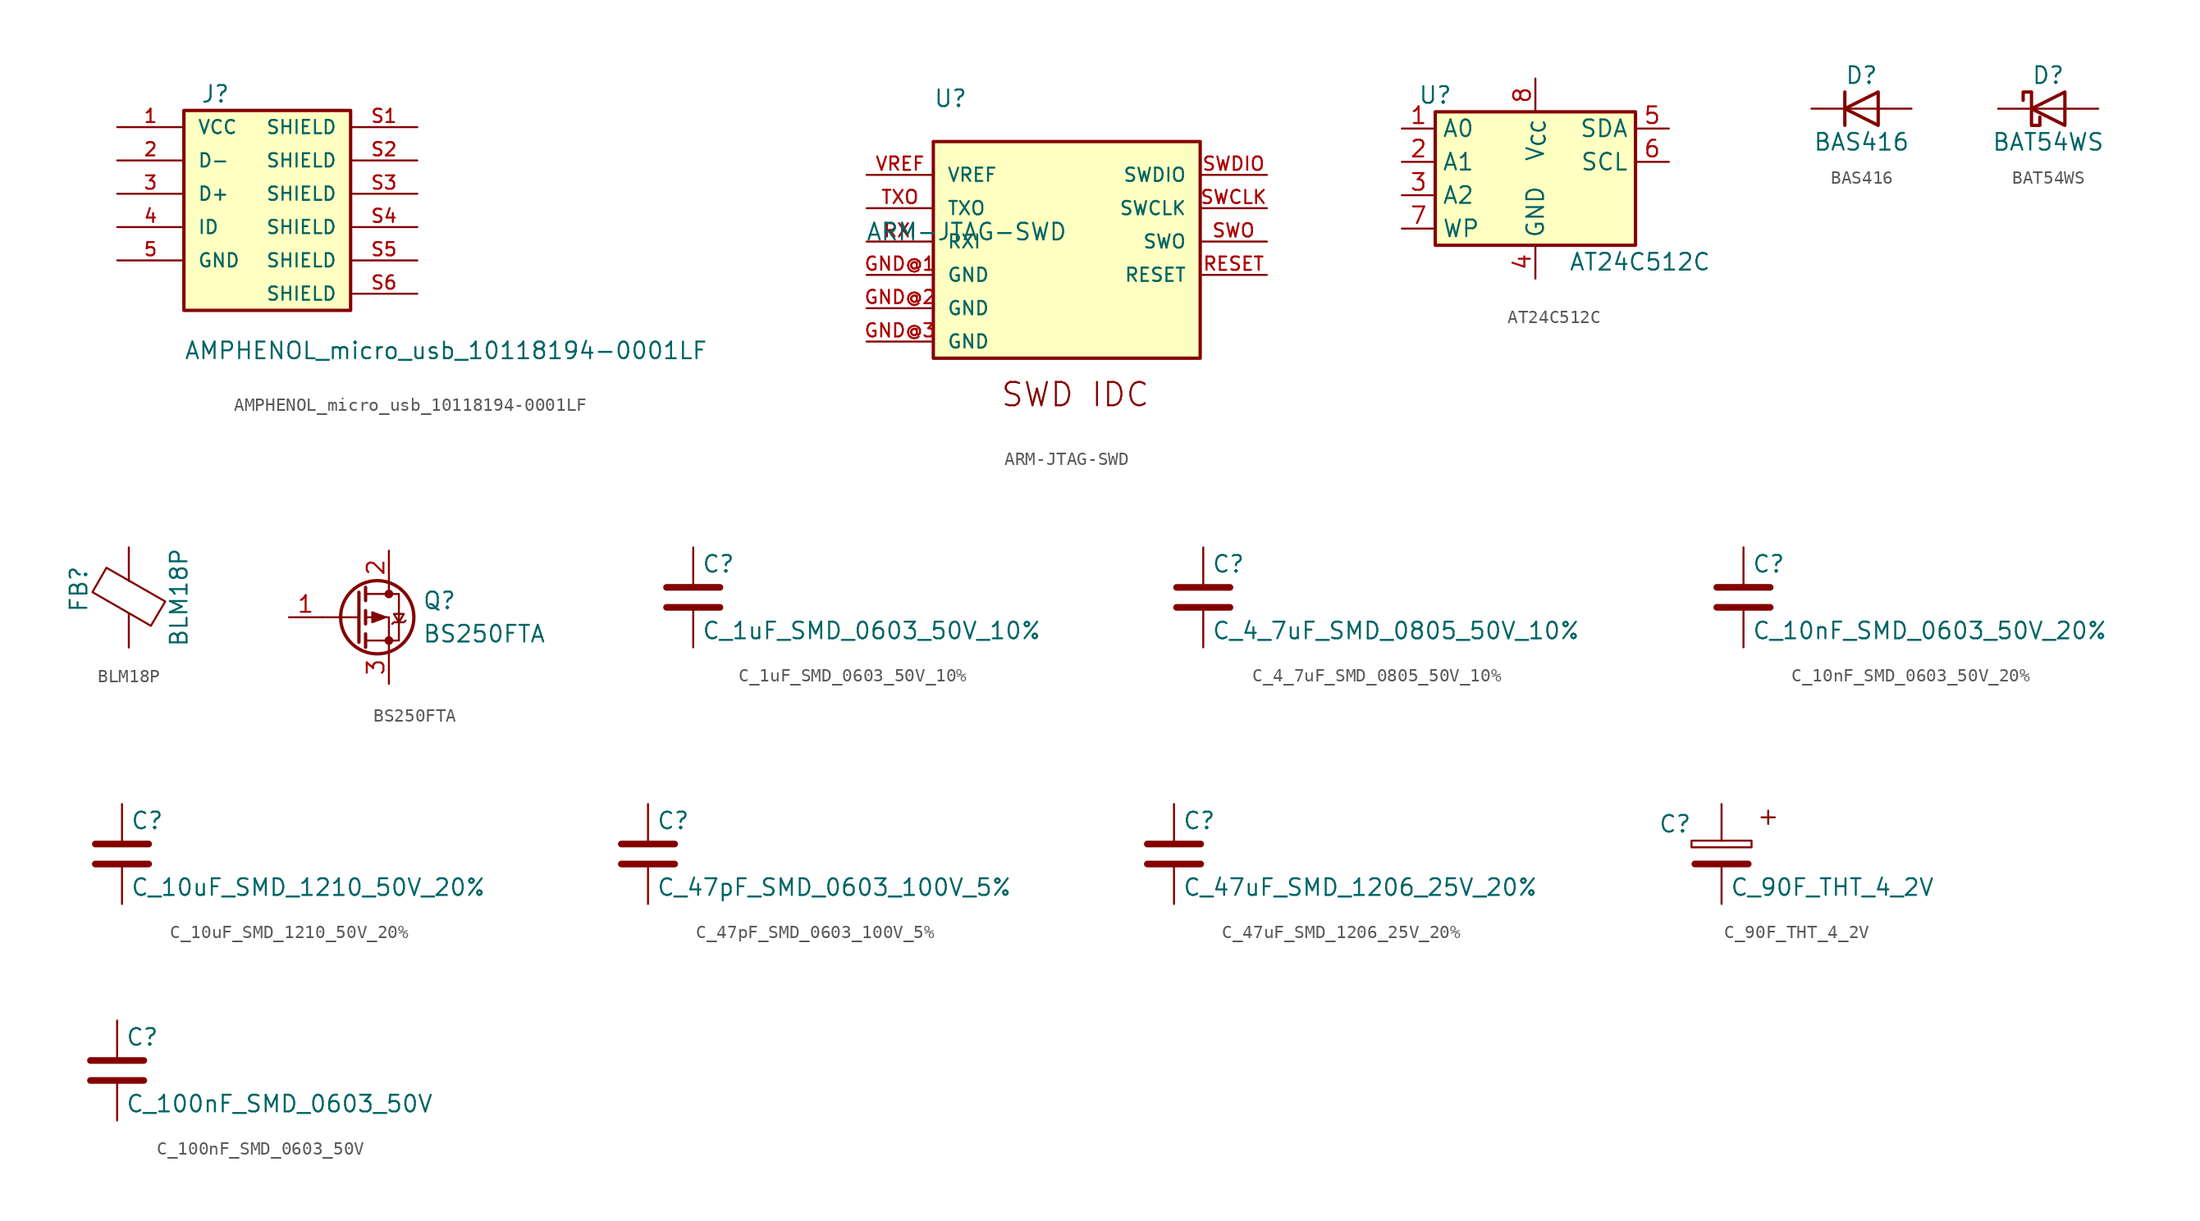
<source format=kicad_sym>
(kicad_symbol_lib
  (version 20220914)
  (generator kicad_symbol_editor)
  (symbol "AMPHENOL_micro_usb_10118194-0001LF"
    (pin_names
      (offset 1.016))
    (property "Reference" "J"
      (at -5.08 10.668 0)
      (effects (font (size 1.27 1.27)) (justify left bottom)))
    (property "Value" "AMPHENOL_micro_usb_10118194-0001LF"
      (at -6.35 -8.89 0)
      (effects (font (size 1.27 1.27)) (justify left bottom)))
    (symbol "AMPHENOL_micro_usb_10118194-0001LF_0_0"
      (rectangle (start -6.35 10.16) (end 6.35 -5.08) (stroke (width 0.254) (type default)) (fill (type background)))
      (pin passive line (at -11.43 8.89 0) (length 5.08) (name "VCC" (effects (font (size 1.016 1.016)))) (number "1" (effects (font (size 1.016 1.016)))))
      (pin passive line (at -11.43 6.35 0) (length 5.08) (name "D-" (effects (font (size 1.016 1.016)))) (number "2" (effects (font (size 1.016 1.016)))))
      (pin passive line (at -11.43 3.81 0) (length 5.08) (name "D+" (effects (font (size 1.016 1.016)))) (number "3" (effects (font (size 1.016 1.016)))))
      (pin passive line (at -11.43 1.27 0) (length 5.08) (name "ID" (effects (font (size 1.016 1.016)))) (number "4" (effects (font (size 1.016 1.016)))))
      (pin passive line (at -11.43 -1.27 0) (length 5.08) (name "GND" (effects (font (size 1.016 1.016)))) (number "5" (effects (font (size 1.016 1.016)))))
      (pin passive line (at 11.43 8.89 180) (length 5.08) (name "SHIELD" (effects (font (size 1.016 1.016)))) (number "S1" (effects (font (size 1.016 1.016)))))
      (pin passive line (at 11.43 6.35 180) (length 5.08) (name "SHIELD" (effects (font (size 1.016 1.016)))) (number "S2" (effects (font (size 1.016 1.016)))))
      (pin passive line (at 11.43 3.81 180) (length 5.08) (name "SHIELD" (effects (font (size 1.016 1.016)))) (number "S3" (effects (font (size 1.016 1.016)))))
      (pin passive line (at 11.43 1.27 180) (length 5.08) (name "SHIELD" (effects (font (size 1.016 1.016)))) (number "S4" (effects (font (size 1.016 1.016)))))
      (pin passive line (at 11.43 -1.27 180) (length 5.08) (name "SHIELD" (effects (font (size 1.016 1.016)))) (number "S5" (effects (font (size 1.016 1.016)))))
      (pin passive line (at 11.43 -3.81 180) (length 5.08) (name "SHIELD" (effects (font (size 1.016 1.016)))) (number "S6" (effects (font (size 1.016 1.016)))))))
  (symbol "ARM-JTAG-SWD"
    (pin_names
      (offset 1.016))
    (property "Reference" "U"
      (at -2.54 10.16 0)
      (effects (font (size 1.27 1.27)) (justify left bottom)))
    (property "Value" "ARM-JTAG-SWD"
      (at 0 0 0)
      (effects (font (size 1.27 1.27)) (justify bottom)))
    (symbol "ARM-JTAG-SWD_0_0"
      (rectangle (start -2.54 7.62) (end 17.78 -8.89) (stroke (width 0.254) (type default)) (fill (type background)))
      (text "SWD IDC" (at 2.54 -12.7 0) (effects (font (size 1.778 1.778)) (justify left bottom)))
      (pin bidirectional line (at 22.86 -2.54 180) (length 5.08) (name "RESET" (effects (font (size 1.016 1.016)))) (number "RESET" (effects (font (size 1.016 1.016)))))
      (pin bidirectional line (at -7.62 0 0) (length 5.08) (name "RXI" (effects (font (size 1.016 1.016)))) (number "RXI" (effects (font (size 1.016 1.016)))))
      (pin bidirectional line (at 22.86 2.54 180) (length 5.08) (name "SWCLK" (effects (font (size 1.016 1.016)))) (number "SWCLK" (effects (font (size 1.016 1.016)))))
      (pin bidirectional line (at 22.86 5.08 180) (length 5.08) (name "SWDIO" (effects (font (size 1.016 1.016)))) (number "SWDIO" (effects (font (size 1.016 1.016)))))
      (pin bidirectional line (at 22.86 0 180) (length 5.08) (name "SWO" (effects (font (size 1.016 1.016)))) (number "SWO" (effects (font (size 1.016 1.016)))))
      (pin bidirectional line (at -7.62 2.54 0) (length 5.08) (name "TXO" (effects (font (size 1.016 1.016)))) (number "TXO" (effects (font (size 1.016 1.016))))))
    (symbol "ARM-JTAG-SWD_1_0"
      (pin power_in line (at -7.62 -2.54 0) (length 5.08) (name "GND" (effects (font (size 1.016 1.016)))) (number "GND@1" (effects (font (size 1.016 1.016)))))
      (pin power_in line (at -7.62 -5.08 0) (length 5.08) (name "GND" (effects (font (size 1.016 1.016)))) (number "GND@2" (effects (font (size 1.016 1.016)))))
      (pin power_in line (at -7.62 -7.62 0) (length 5.08) (name "GND" (effects (font (size 1.016 1.016)))) (number "GND@3" (effects (font (size 1.016 1.016)))))
      (pin power_in line (at -7.62 5.08 0) (length 5.08) (name "VREF" (effects (font (size 1.016 1.016)))) (number "VREF" (effects (font (size 1.016 1.016)))))))
  (symbol "AT24C512C"
    (property "Reference" "U"
      (at -7.62 6.35 0)
      (effects (font (size 1.27 1.27))))
    (property "Value" "AT24C512C"
      (at 2.54 -6.35 0)
      (effects (font (size 1.27 1.27)) (justify left)))
    (symbol "AT24C512C_1_1"
      (rectangle (start -7.62 5.08) (end 7.62 -5.08) (stroke (width 0.254) (type default)) (fill (type background)))
      (pin input line (at -10.16 3.81 0) (length 2.54) (name "A0" (effects (font (size 1.27 1.27)))) (number "1" (effects (font (size 1.27 1.27)))))
      (pin input line (at -10.16 1.27 0) (length 2.54) (name "A1" (effects (font (size 1.27 1.27)))) (number "2" (effects (font (size 1.27 1.27)))))
      (pin input line (at -10.16 -1.27 0) (length 2.54) (name "A2" (effects (font (size 1.27 1.27)))) (number "3" (effects (font (size 1.27 1.27)))))
      (pin power_in line (at 0 -7.62 90) (length 2.54) (name "GND" (effects (font (size 1.27 1.27)))) (number "4" (effects (font (size 1.27 1.27)))))
      (pin bidirectional line (at 10.16 3.81 180) (length 2.54) (name "SDA" (effects (font (size 1.27 1.27)))) (number "5" (effects (font (size 1.27 1.27)))))
      (pin input line (at 10.16 1.27 180) (length 2.54) (name "SCL" (effects (font (size 1.27 1.27)))) (number "6" (effects (font (size 1.27 1.27)))))
      (pin input line (at -10.16 -3.81 0) (length 2.54) (name "WP" (effects (font (size 1.27 1.27)))) (number "7" (effects (font (size 1.27 1.27)))))
      (pin power_in line (at 0 7.62 270) (length 2.54) (name "V_{CC}" (effects (font (size 1.27 1.27)))) (number "8" (effects (font (size 1.27 1.27)))))))
  (symbol "BAS416"
    (pin_numbers hide)
    (pin_names
      (offset 1.016) hide)
    (property "Reference" "D"
      (at 0 2.54 0)
      (effects (font (size 1.27 1.27))))
    (property "Value" "BAS416"
      (at 0 -2.54 0)
      (effects (font (size 1.27 1.27))))
    (symbol "BAS416_0_1"
      (polyline (pts (xy -1.27 1.27) (xy -1.27 -1.27)) (stroke (width 0.254) (type default)) (fill (type none)))
      (polyline (pts (xy 1.27 0) (xy -1.27 0)) (stroke (width 0) (type default)) (fill (type none)))
      (polyline (pts (xy 1.27 1.27) (xy 1.27 -1.27) (xy -1.27 0) (xy 1.27 1.27)) (stroke (width 0.254) (type default)) (fill (type none))))
    (symbol "BAS416_1_1"
      (pin passive line (at -3.81 0 0) (length 2.54) (name "K" (effects (font (size 1.27 1.27)))) (number "1" (effects (font (size 1.27 1.27)))))
      (pin passive line (at 3.81 0 180) (length 2.54) (name "A" (effects (font (size 1.27 1.27)))) (number "2" (effects (font (size 1.27 1.27)))))))
  (symbol "BAT54WS"
    (pin_numbers hide)
    (pin_names
      (offset 1.016) hide)
    (property "Reference" "D"
      (at 0 2.54 0)
      (effects (font (size 1.27 1.27))))
    (property "Value" "BAT54WS"
      (at 0 -2.54 0)
      (effects (font (size 1.27 1.27))))
    (symbol "BAT54WS_0_1"
      (polyline (pts (xy 1.27 0) (xy -1.27 0)) (stroke (width 0) (type default)) (fill (type none)))
      (polyline (pts (xy 1.27 1.27) (xy 1.27 -1.27) (xy -1.27 0) (xy 1.27 1.27)) (stroke (width 0.254) (type default)) (fill (type none)))
      (polyline (pts (xy -1.905 0.635) (xy -1.905 1.27) (xy -1.27 1.27) (xy -1.27 -1.27) (xy -0.635 -1.27) (xy -0.635 -0.635)) (stroke (width 0.254) (type default)) (fill (type none))))
    (symbol "BAT54WS_1_1"
      (pin passive line (at -3.81 0 0) (length 2.54) (name "K" (effects (font (size 1.27 1.27)))) (number "1" (effects (font (size 1.27 1.27)))))
      (pin passive line (at 3.81 0 180) (length 2.54) (name "A" (effects (font (size 1.27 1.27)))) (number "2" (effects (font (size 1.27 1.27)))))))
  (symbol "BLM18P"
    (pin_numbers hide)
    (pin_names
      (offset 0))
    (property "Reference" "FB"
      (at -3.81 0.635 90)
      (effects (font (size 1.27 1.27))))
    (property "Value" "BLM18P"
      (at 3.81 0 90)
      (effects (font (size 1.27 1.27))))
    (symbol "BLM18P_0_1"
      (polyline (pts (xy 0 -1.27) (xy 0 -1.219)) (stroke (width 0) (type default)) (fill (type none)))
      (polyline (pts (xy 0 1.27) (xy 0 1.295)) (stroke (width 0) (type default)) (fill (type none)))
      (polyline (pts (xy -2.769 0.406) (xy -1.702 2.261) (xy 2.769 -0.305) (xy 1.676 -2.159) (xy -2.769 0.406)) (stroke (width 0) (type default)) (fill (type none))))
    (symbol "BLM18P_1_1"
      (pin passive line (at 0 3.81 270) (length 2.54) (name "~" (effects (font (size 1.27 1.27)))) (number "1" (effects (font (size 1.27 1.27)))))
      (pin passive line (at 0 -3.81 90) (length 2.54) (name "~" (effects (font (size 1.27 1.27)))) (number "2" (effects (font (size 1.27 1.27)))))))
  (symbol "BS250FTA"
    (pin_names
      (offset 0) hide)
    (property "Reference" "Q"
      (at 5.08 1.27 0)
      (effects (font (size 1.27 1.27)) (justify left)))
    (property "Value" "BS250FTA"
      (at 5.08 -1.27 0)
      (effects (font (size 1.27 1.27)) (justify left)))
    (symbol "BS250FTA_0_1"
      (polyline (pts (xy 0.254 0) (xy -2.54 0)) (stroke (width 0) (type default)) (fill (type none)))
      (polyline (pts (xy 0.254 1.905) (xy 0.254 -1.905)) (stroke (width 0.254) (type default)) (fill (type none)))
      (polyline (pts (xy 0.762 -1.27) (xy 0.762 -2.286)) (stroke (width 0.254) (type default)) (fill (type none)))
      (polyline (pts (xy 0.762 0.508) (xy 0.762 -0.508)) (stroke (width 0.254) (type default)) (fill (type none)))
      (polyline (pts (xy 0.762 2.286) (xy 0.762 1.27)) (stroke (width 0.254) (type default)) (fill (type none)))
      (polyline (pts (xy 2.54 2.54) (xy 2.54 1.778)) (stroke (width 0) (type default)) (fill (type none)))
      (polyline (pts (xy 2.54 -2.54) (xy 2.54 0) (xy 0.762 0)) (stroke (width 0) (type default)) (fill (type none)))
      (polyline (pts (xy 0.762 1.778) (xy 3.302 1.778) (xy 3.302 -1.778) (xy 0.762 -1.778)) (stroke (width 0) (type default)) (fill (type none)))
      (polyline (pts (xy 2.286 0) (xy 1.27 0.381) (xy 1.27 -0.381) (xy 2.286 0)) (stroke (width 0) (type default)) (fill (type outline)))
      (polyline (pts (xy 2.794 -0.508) (xy 2.921 -0.381) (xy 3.683 -0.381) (xy 3.81 -0.254)) (stroke (width 0) (type default)) (fill (type none)))
      (polyline (pts (xy 3.302 -0.381) (xy 2.921 0.254) (xy 3.683 0.254) (xy 3.302 -0.381)) (stroke (width 0) (type default)) (fill (type none)))
      (circle (center 1.651 0) (radius 2.794) (stroke (width 0.254) (type default)) (fill (type none)))
      (circle (center 2.54 -1.778) (radius 0.254) (stroke (width 0) (type default)) (fill (type outline)))
      (circle (center 2.54 1.778) (radius 0.254) (stroke (width 0) (type default)) (fill (type outline))))
    (symbol "BS250FTA_1_1"
      (pin input line (at -5.08 0 0) (length 2.54) (name "G" (effects (font (size 1.27 1.27)))) (number "1" (effects (font (size 1.27 1.27)))))
      (pin passive line (at 2.54 5.08 270) (length 2.54) (name "D" (effects (font (size 1.27 1.27)))) (number "2" (effects (font (size 1.27 1.27)))))
      (pin passive line (at 2.54 -5.08 90) (length 2.54) (name "S" (effects (font (size 1.27 1.27)))) (number "3" (effects (font (size 1.27 1.27)))))))
  (symbol "C_1uF_SMD_0603_50V_10%"
    (pin_numbers hide)
    (pin_names
      (offset 0.254))
    (property "Reference" "C"
      (at 0.635 2.54 0)
      (effects (font (size 1.27 1.27)) (justify left)))
    (property "Value" "C_1uF_SMD_0603_50V_10%"
      (at 0.635 -2.54 0)
      (effects (font (size 1.27 1.27)) (justify left)))
    (symbol "C_1uF_SMD_0603_50V_10%_0_1"
      (polyline (pts (xy -2.032 -0.762) (xy 2.032 -0.762)) (stroke (width 0.508) (type default)) (fill (type none)))
      (polyline (pts (xy -2.032 0.762) (xy 2.032 0.762)) (stroke (width 0.508) (type default)) (fill (type none))))
    (symbol "C_1uF_SMD_0603_50V_10%_1_1"
      (pin passive line (at 0 3.81 270) (length 2.794) (name "~" (effects (font (size 1.27 1.27)))) (number "1" (effects (font (size 1.27 1.27)))))
      (pin passive line (at 0 -3.81 90) (length 2.794) (name "~" (effects (font (size 1.27 1.27)))) (number "2" (effects (font (size 1.27 1.27)))))))
  (symbol "C_4_7uF_SMD_0805_50V_10%"
    (pin_numbers hide)
    (pin_names
      (offset 0.254))
    (property "Reference" "C"
      (at 0.635 2.54 0)
      (effects (font (size 1.27 1.27)) (justify left)))
    (property "Value" "C_4_7uF_SMD_0805_50V_10%"
      (at 0.635 -2.54 0)
      (effects (font (size 1.27 1.27)) (justify left)))
    (symbol "C_4_7uF_SMD_0805_50V_10%_0_1"
      (polyline (pts (xy -2.032 -0.762) (xy 2.032 -0.762)) (stroke (width 0.508) (type default)) (fill (type none)))
      (polyline (pts (xy -2.032 0.762) (xy 2.032 0.762)) (stroke (width 0.508) (type default)) (fill (type none))))
    (symbol "C_4_7uF_SMD_0805_50V_10%_1_1"
      (pin passive line (at 0 3.81 270) (length 2.794) (name "~" (effects (font (size 1.27 1.27)))) (number "1" (effects (font (size 1.27 1.27)))))
      (pin passive line (at 0 -3.81 90) (length 2.794) (name "~" (effects (font (size 1.27 1.27)))) (number "2" (effects (font (size 1.27 1.27)))))))
  (symbol "C_10nF_SMD_0603_50V_20%"
    (pin_numbers hide)
    (pin_names
      (offset 0.254))
    (property "Reference" "C"
      (at 0.635 2.54 0)
      (effects (font (size 1.27 1.27)) (justify left)))
    (property "Value" "C_10nF_SMD_0603_50V_20%"
      (at 0.635 -2.54 0)
      (effects (font (size 1.27 1.27)) (justify left)))
    (symbol "C_10nF_SMD_0603_50V_20%_0_1"
      (polyline (pts (xy -2.032 -0.762) (xy 2.032 -0.762)) (stroke (width 0.508) (type default)) (fill (type none)))
      (polyline (pts (xy -2.032 0.762) (xy 2.032 0.762)) (stroke (width 0.508) (type default)) (fill (type none))))
    (symbol "C_10nF_SMD_0603_50V_20%_1_1"
      (pin passive line (at 0 3.81 270) (length 2.794) (name "~" (effects (font (size 1.27 1.27)))) (number "1" (effects (font (size 1.27 1.27)))))
      (pin passive line (at 0 -3.81 90) (length 2.794) (name "~" (effects (font (size 1.27 1.27)))) (number "2" (effects (font (size 1.27 1.27)))))))
  (symbol "C_10uF_SMD_1210_50V_20%"
    (pin_numbers hide)
    (pin_names
      (offset 0.254))
    (property "Reference" "C"
      (at 0.635 2.54 0)
      (effects (font (size 1.27 1.27)) (justify left)))
    (property "Value" "C_10uF_SMD_1210_50V_20%"
      (at 0.635 -2.54 0)
      (effects (font (size 1.27 1.27)) (justify left)))
    (symbol "C_10uF_SMD_1210_50V_20%_0_1"
      (polyline (pts (xy -2.032 -0.762) (xy 2.032 -0.762)) (stroke (width 0.508) (type default)) (fill (type none)))
      (polyline (pts (xy -2.032 0.762) (xy 2.032 0.762)) (stroke (width 0.508) (type default)) (fill (type none))))
    (symbol "C_10uF_SMD_1210_50V_20%_1_1"
      (pin passive line (at 0 3.81 270) (length 2.794) (name "~" (effects (font (size 1.27 1.27)))) (number "1" (effects (font (size 1.27 1.27)))))
      (pin passive line (at 0 -3.81 90) (length 2.794) (name "~" (effects (font (size 1.27 1.27)))) (number "2" (effects (font (size 1.27 1.27)))))))
  (symbol "C_47pF_SMD_0603_100V_5%"
    (pin_numbers hide)
    (pin_names
      (offset 0.254))
    (property "Reference" "C"
      (at 0.635 2.54 0)
      (effects (font (size 1.27 1.27)) (justify left)))
    (property "Value" "C_47pF_SMD_0603_100V_5%"
      (at 0.635 -2.54 0)
      (effects (font (size 1.27 1.27)) (justify left)))
    (symbol "C_47pF_SMD_0603_100V_5%_0_1"
      (polyline (pts (xy -2.032 -0.762) (xy 2.032 -0.762)) (stroke (width 0.508) (type default)) (fill (type none)))
      (polyline (pts (xy -2.032 0.762) (xy 2.032 0.762)) (stroke (width 0.508) (type default)) (fill (type none))))
    (symbol "C_47pF_SMD_0603_100V_5%_1_1"
      (pin passive line (at 0 3.81 270) (length 2.794) (name "~" (effects (font (size 1.27 1.27)))) (number "1" (effects (font (size 1.27 1.27)))))
      (pin passive line (at 0 -3.81 90) (length 2.794) (name "~" (effects (font (size 1.27 1.27)))) (number "2" (effects (font (size 1.27 1.27)))))))
  (symbol "C_47uF_SMD_1206_25V_20%"
    (pin_numbers hide)
    (pin_names
      (offset 0.254))
    (property "Reference" "C"
      (at 0.635 2.54 0)
      (effects (font (size 1.27 1.27)) (justify left)))
    (property "Value" "C_47uF_SMD_1206_25V_20%"
      (at 0.635 -2.54 0)
      (effects (font (size 1.27 1.27)) (justify left)))
    (symbol "C_47uF_SMD_1206_25V_20%_0_1"
      (polyline (pts (xy -2.032 -0.762) (xy 2.032 -0.762)) (stroke (width 0.508) (type default)) (fill (type none)))
      (polyline (pts (xy -2.032 0.762) (xy 2.032 0.762)) (stroke (width 0.508) (type default)) (fill (type none))))
    (symbol "C_47uF_SMD_1206_25V_20%_1_1"
      (pin passive line (at 0 3.81 270) (length 2.794) (name "~" (effects (font (size 1.27 1.27)))) (number "1" (effects (font (size 1.27 1.27)))))
      (pin passive line (at 0 -3.81 90) (length 2.794) (name "~" (effects (font (size 1.27 1.27)))) (number "2" (effects (font (size 1.27 1.27)))))))
  (symbol "C_90F_THT_4_2V"
    (pin_numbers hide)
    (pin_names
      (offset 0.254))
    (property "Reference" "C"
      (at -4.826 2.286 0)
      (effects (font (size 1.27 1.27)) (justify left)))
    (property "Value" "C_90F_THT_4_2V"
      (at 0.635 -2.54 0)
      (effects (font (size 1.27 1.27)) (justify left)))
    (symbol "C_90F_THT_4_2V_0_1"
      (rectangle (start -2.286 1.016) (end 2.286 0.508) (stroke (width 0) (type default)) (fill (type none)))
      (polyline (pts (xy -2.032 -0.762) (xy 2.032 -0.762)) (stroke (width 0.508) (type default)) (fill (type none)))
      (polyline (pts (xy 3.048 2.794) (xy 4.064 2.794)) (stroke (width 0) (type default)) (fill (type none)))
      (polyline (pts (xy 3.556 2.286) (xy 3.556 3.302)) (stroke (width 0) (type default)) (fill (type none))))
    (symbol "C_90F_THT_4_2V_1_1"
      (pin passive line (at 0 3.81 270) (length 2.794) (name "~" (effects (font (size 1.27 1.27)))) (number "1" (effects (font (size 1.27 1.27)))))
      (pin passive line (at 0 -3.81 90) (length 2.794) (name "~" (effects (font (size 1.27 1.27)))) (number "2" (effects (font (size 1.27 1.27)))))))
  (symbol "C_100nF_SMD_0603_50V"
    (pin_numbers hide)
    (pin_names
      (offset 0.254))
    (property "Reference" "C"
      (at 0.635 2.54 0)
      (effects (font (size 1.27 1.27)) (justify left)))
    (property "Value" "C_100nF_SMD_0603_50V"
      (at 0.635 -2.54 0)
      (effects (font (size 1.27 1.27)) (justify left)))
    (symbol "C_100nF_SMD_0603_50V_0_1"
      (polyline (pts (xy -2.032 -0.762) (xy 2.032 -0.762)) (stroke (width 0.508) (type default)) (fill (type none)))
      (polyline (pts (xy -2.032 0.762) (xy 2.032 0.762)) (stroke (width 0.508) (type default)) (fill (type none))))
    (symbol "C_100nF_SMD_0603_50V_1_1"
      (pin passive line (at 0 3.81 270) (length 2.794) (name "~" (effects (font (size 1.27 1.27)))) (number "1" (effects (font (size 1.27 1.27)))))
      (pin passive line (at 0 -3.81 90) (length 2.794) (name "~" (effects (font (size 1.27 1.27)))) (number "2" (effects (font (size 1.27 1.27))))))))
</source>
